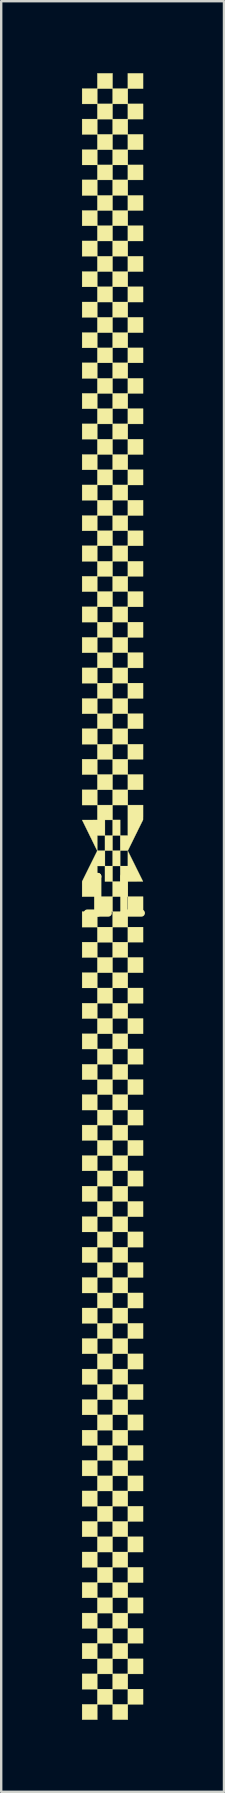
<source format=kicad_pcb>
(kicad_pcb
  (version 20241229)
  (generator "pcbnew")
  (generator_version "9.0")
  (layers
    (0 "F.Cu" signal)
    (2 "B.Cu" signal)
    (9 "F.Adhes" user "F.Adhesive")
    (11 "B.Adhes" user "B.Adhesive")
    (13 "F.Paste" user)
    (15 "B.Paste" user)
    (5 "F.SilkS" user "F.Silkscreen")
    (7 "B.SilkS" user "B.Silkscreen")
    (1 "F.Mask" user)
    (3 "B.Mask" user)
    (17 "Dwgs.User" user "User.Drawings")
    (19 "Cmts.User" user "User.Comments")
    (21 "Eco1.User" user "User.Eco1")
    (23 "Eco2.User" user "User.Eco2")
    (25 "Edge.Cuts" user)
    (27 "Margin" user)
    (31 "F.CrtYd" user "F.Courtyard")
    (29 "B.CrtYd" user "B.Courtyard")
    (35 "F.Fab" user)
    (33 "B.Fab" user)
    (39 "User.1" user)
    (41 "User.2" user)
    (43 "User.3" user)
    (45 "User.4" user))
  (footprint "1L"
    (layer "F.Cu")
    (at 1.64 34.295)
    (property "Reference" "1L" (at 0 0 0) (layer "F.SilkS") (effects (font (size 1.524 1.524) (thickness 0.3))))
    (attr through_hole)
    (fp_poly (pts (xy 0 -33.655) (xy 0.635 -33.655) (xy 0.635 -34.29) (xy 1.27 -34.29) (xy 1.27 -33.651) (xy 0.635 -33.651) (xy 0.635 -33.02) (xy 1.27 -33.02) (xy 1.27 -32.381) (xy 0.635 -32.381) (xy 0.635 -31.75) (xy 1.27 -31.75) (xy 1.27 -31.108) (xy 0.635 -31.108) (xy 0.635 -30.476) (xy 1.27 -30.476) (xy 1.27 -29.849) (xy 0.635 -29.849) (xy 0.635 -29.206) (xy 1.27 -29.206) (xy 1.27 -28.575) (xy 0.635 -28.575) (xy 0.635 -27.944) (xy 1.27 -27.944) (xy 1.27 -27.305) (xy 0.635 -27.305) (xy 0.635 -26.67) (xy 1.27 -26.67) (xy 1.27 -26.031) (xy 0.635 -26.031) (xy 0.635 -25.4) (xy 1.27 -25.4) (xy 1.27 -24.761) (xy 0.635 -24.761) (xy 0.635 -24.13) (xy 1.27 -24.13) (xy 1.27 -23.488) (xy 0.635 -23.488) (xy 0.635 -22.856) (xy 1.27 -22.856) (xy 1.27 -22.229) (xy 0.635 -22.229) (xy 0.635 -21.586) (xy 1.27 -21.586) (xy 1.27 -20.955) (xy 0.635 -20.955) (xy 0.635 -20.324) (xy 1.27 -20.324) (xy 1.27 -19.685) (xy 0.635 -19.685) (xy 0.635 -19.05) (xy 1.27 -19.05) (xy 1.27 -18.411) (xy 0.635 -18.411) (xy 0.635 -17.78) (xy 1.27 -17.78) (xy 1.27 -17.141) (xy 0.635 -17.141) (xy 0.635 -16.51) (xy 1.27 -16.51) (xy 1.27 -15.868) (xy 0.635 -15.868) (xy 0.635 -15.236) (xy 1.27 -15.236) (xy 1.27 -14.609) (xy 0.635 -14.609) (xy 0.635 -13.966) (xy 1.27 -13.966) (xy 1.27 -13.335) (xy 0.635 -13.335) (xy 0.635 -12.704) (xy 1.27 -12.704) (xy 1.27 -12.065) (xy 0.635 -12.065) (xy 0.635 -11.43) (xy 1.27 -11.43) (xy 1.27 -10.791) (xy 0.635 -10.791) (xy 0.635 -10.16) (xy 1.27 -10.16) (xy 1.27 -9.521) (xy 0.635 -9.521) (xy 0.635 -8.89) (xy 1.27 -8.89) (xy 1.27 -8.248) (xy 0.635 -8.248) (xy 0.635 -7.616) (xy 1.27 -7.616) (xy 1.27 -6.989) (xy 0.635 -6.989) (xy 0.635 -6.346) (xy 1.27 -6.346) (xy 1.27 -5.715) (xy 0.635 -5.715) (xy 0.635 -5.084) (xy 1.27 -5.084) (xy 1.27 -4.445) (xy 0.635 -4.445) (xy 0.635 -3.81) (xy 1.27 -3.81) (xy 1.27 -3.5) (xy 1.27 -3.453) (xy 1.27 -3.409) (xy 1.27 -3.368) (xy 1.27 -3.329) (xy 1.269 -3.295) (xy 1.269 -3.264) (xy 1.269 -3.238) (xy 1.268 -3.217) (xy 1.268 -3.201) (xy 1.268 -3.192) (xy 1.267 -3.189) (xy 1.265 -3.186) (xy 1.261 -3.177) (xy 1.253 -3.162) (xy 1.243 -3.142) (xy 1.23 -3.116) (xy 1.215 -3.086) (xy 1.198 -3.051) (xy 1.178 -3.012) (xy 1.157 -2.969) (xy 1.134 -2.922) (xy 1.109 -2.872) (xy 1.083 -2.819) (xy 1.055 -2.763) (xy 1.027 -2.705) (xy 0.997 -2.644) (xy 0.966 -2.582) (xy 0.951 -2.551) (xy 0.637 -1.912) (xy 0.477 -1.912) (xy 0.318 -1.912) (xy 0.318 -2.54) (xy 0 -2.54) (xy 0 -1.912) (xy -0.318 -1.912) (xy -0.318 -2.54) (xy -0.635 -2.54) (xy -0.635 -1.909) (xy -0.318 -1.909) (xy -0.318 -1.27) (xy 0 -1.27) (xy 0 -0.624) (xy 0.318 -0.624) (xy 0.318 -1.27) (xy 0 -1.27) (xy 0 -1.909) (xy 0.318 -1.909) (xy 0.318 -1.27) (xy 0.635 -1.27) (xy 0.636 -1.583) (xy 0.637 -1.896) (xy 0.951 -1.264) (xy 0.982 -1.201) (xy 1.012 -1.14) (xy 1.042 -1.08) (xy 1.07 -1.024) (xy 1.097 -0.969) (xy 1.122 -0.918) (xy 1.146 -0.87) (xy 1.168 -0.825) (xy 1.189 -0.784) (xy 1.207 -0.747) (xy 1.223 -0.715) (xy 1.237 -0.687) (xy 1.248 -0.664) (xy 1.257 -0.646) (xy 1.263 -0.634) (xy 1.266 -0.628) (xy 1.266 -0.628) (xy 1.263 -0.627) (xy 1.253 -0.627) (xy 1.236 -0.626) (xy 1.214 -0.626) (xy 1.187 -0.625) (xy 1.154 -0.625) (xy 1.117 -0.625) (xy 1.075 -0.625) (xy 1.03 -0.625) (xy 0.981 -0.624) (xy 0.951 -0.624) (xy 0.635 -0.624) (xy 0.635 0.004) (xy 1.27 0.004) (xy 1.27 0.631) (xy 0.635 0.631) (xy 0.635 1.274) (xy 1.27 1.274) (xy 1.27 1.905) (xy 0.635 1.905) (xy 0.635 2.536) (xy 1.27 2.536) (xy 1.27 3.175) (xy 0.635 3.175) (xy 0.635 3.81) (xy 1.27 3.81) (xy 1.27 4.449) (xy 0.635 4.449) (xy 0.635 5.08) (xy 1.27 5.08) (xy 1.27 5.719) (xy 0.635 5.719) (xy 0.635 6.35) (xy 1.27 6.35) (xy 1.27 6.992) (xy 0.635 6.992) (xy 0.635 7.624) (xy 1.27 7.624) (xy 1.27 8.251) (xy 0.635 8.251) (xy 0.635 8.894) (xy 1.27 8.894) (xy 1.27 9.525) (xy 0.635 9.525) (xy 0.635 10.156) (xy 1.27 10.156) (xy 1.27 10.795) (xy 0.635 10.795) (xy 0.635 11.43) (xy 1.27 11.43) (xy 1.27 12.069) (xy 0.635 12.069) (xy 0.635 12.7) (xy 1.27 12.7) (xy 1.27 13.339) (xy 0.635 13.339) (xy 0.635 13.97) (xy 1.27 13.97) (xy 1.27 14.612) (xy 0.635 14.612) (xy 0.635 15.244) (xy 1.27 15.244) (xy 1.27 15.871) (xy 0.635 15.871) (xy 0.635 16.514) (xy 1.27 16.514) (xy 1.27 17.145) (xy 0.635 17.145) (xy 0.635 17.776) (xy 1.27 17.776) (xy 1.27 18.415) (xy 0.635 18.415) (xy 0.635 19.05) (xy 1.27 19.05) (xy 1.27 19.689) (xy 0.635 19.689) (xy 0.635 20.32) (xy 1.27 20.32) (xy 1.27 20.959) (xy 0.635 20.959) (xy 0.635 21.59) (xy 1.27 21.59) (xy 1.27 22.232) (xy 0.635 22.232) (xy 0.635 22.864) (xy 1.27 22.864) (xy 1.27 23.491) (xy 0.635 23.491) (xy 0.635 24.134) (xy 1.27 24.134) (xy 1.27 24.765) (xy 0.635 24.765) (xy 0.635 25.396) (xy 1.27 25.396) (xy 1.27 26.035) (xy 0.635 26.035) (xy 0.635 26.67) (xy 1.27 26.67) (xy 1.27 27.309) (xy 0.635 27.309) (xy 0.635 27.94) (xy 1.27 27.94) (xy 1.27 28.579) (xy 0.635 28.579) (xy 0.635 29.21) (xy 1.27 29.21) (xy 1.27 29.852) (xy 0.635 29.852) (xy 0.635 30.484) (xy 1.27 30.484) (xy 1.27 31.111) (xy 0.635 31.111) (xy 0.635 31.754) (xy 1.27 31.754) (xy 1.27 32.385) (xy 0.635 32.385) (xy 0.635 33.016) (xy 1.27 33.016) (xy 1.27 33.655) (xy 0.635 33.655) (xy 0.635 34.29) (xy 0 34.29) (xy 0 33.655) (xy -0.635 33.655) (xy -0.635 34.29) (xy -1.27 34.29) (xy -1.27 33.651) (xy -0.635 33.651) (xy -0.635 33.02) (xy 0 33.02) (xy 0 33.651) (xy 0.635 33.651) (xy 0.635 33.02) (xy 0 33.02) (xy -0.635 33.02) (xy -1.27 33.02) (xy -1.27 32.385) (xy -0.635 32.385) (xy -0.635 33.016) (xy 0 33.016) (xy 0 32.385) (xy -0.635 32.385) (xy -1.27 32.385) (xy -1.27 32.381) (xy -0.635 32.381) (xy -0.635 31.757) (xy 0 31.757) (xy 0 32.381) (xy 0.635 32.381) (xy 0.635 31.757) (xy 0 31.757) (xy -0.635 31.757) (xy -1.27 31.757) (xy -1.27 31.111) (xy -0.635 31.111) (xy -0.635 31.754) (xy 0 31.754) (xy 0 31.111) (xy -0.635 31.111) (xy -1.27 31.111) (xy -1.27 31.108) (xy -0.635 31.108) (xy -0.635 30.487) (xy 0 30.487) (xy 0 31.108) (xy 0.635 31.108) (xy 0.635 30.487) (xy 0 30.487) (xy -0.635 30.487) (xy -1.27 30.487) (xy -1.27 29.852) (xy -0.635 29.852) (xy -0.635 30.484) (xy 0 30.484) (xy 0 29.852) (xy -0.635 29.852) (xy -1.27 29.852) (xy -1.27 29.849) (xy -0.635 29.849) (xy -0.635 29.214) (xy 0 29.214) (xy 0 29.849) (xy 0.635 29.849) (xy 0.635 29.214) (xy 0 29.214) (xy -0.635 29.214) (xy -1.27 29.214) (xy -1.27 28.579) (xy -0.635 28.579) (xy -0.635 29.21) (xy 0 29.21) (xy 0 28.579) (xy -0.635 28.579) (xy -1.27 28.579) (xy -1.27 28.575) (xy -0.635 28.575) (xy -0.635 27.944) (xy 0 27.944) (xy 0 28.575) (xy 0.635 28.575) (xy 0.635 27.944) (xy 0 27.944) (xy -0.635 27.944) (xy -1.27 27.944) (xy -1.27 27.309) (xy -0.635 27.309) (xy -0.635 27.94) (xy 0 27.94) (xy 0 27.309) (xy -0.635 27.309) (xy -1.27 27.309) (xy -1.27 27.305) (xy -0.635 27.305) (xy 0 27.305) (xy 0.635 27.305) (xy 0.635 26.67) (xy 0 26.67) (xy 0 27.305) (xy -0.635 27.305) (xy -0.635 26.67) (xy -1.27 26.67) (xy -1.27 26.035) (xy -0.635 26.035) (xy -0.635 26.67) (xy 0 26.67) (xy 0 26.035) (xy -0.635 26.035) (xy -1.27 26.035) (xy -1.27 26.031) (xy -0.635 26.031) (xy -0.635 25.4) (xy 0 25.4) (xy 0 26.031) (xy 0.635 26.031) (xy 0.635 25.4) (xy 0 25.4) (xy -0.635 25.4) (xy -1.27 25.4) (xy -1.27 24.765) (xy -0.635 24.765) (xy -0.635 25.396) (xy 0 25.396) (xy 0 24.765) (xy -0.635 24.765) (xy -1.27 24.765) (xy -1.27 24.761) (xy -0.635 24.761) (xy -0.635 24.137) (xy 0 24.137) (xy 0 24.761) (xy 0.635 24.761) (xy 0.635 24.137) (xy 0 24.137) (xy -0.635 24.137) (xy -1.27 24.137) (xy -1.27 23.491) (xy -0.635 23.491) (xy -0.635 24.134) (xy 0 24.134) (xy 0 23.491) (xy -0.635 23.491) (xy -1.27 23.491) (xy -1.27 23.488) (xy -0.635 23.488) (xy -0.635 22.867) (xy 0 22.867) (xy 0 23.488) (xy 0.635 23.488) (xy 0.635 22.867) (xy 0 22.867) (xy -0.635 22.867) (xy -1.27 22.867) (xy -1.27 22.232) (xy -0.635 22.232) (xy -0.635 22.864) (xy 0 22.864) (xy 0 22.232) (xy -0.635 22.232) (xy -1.27 22.232) (xy -1.27 22.229) (xy -0.635 22.229) (xy -0.635 21.594) (xy 0 21.594) (xy 0 22.229) (xy 0.635 22.229) (xy 0.635 21.594) (xy 0 21.594) (xy -0.635 21.594) (xy -1.27 21.594) (xy -1.27 20.959) (xy -0.635 20.959) (xy -0.635 21.59) (xy 0 21.59) (xy 0 20.959) (xy -0.635 20.959) (xy -1.27 20.959) (xy -1.27 20.955) (xy -0.635 20.955) (xy -0.635 20.324) (xy 0 20.324) (xy 0 20.955) (xy 0.635 20.955) (xy 0.635 20.324) (xy 0 20.324) (xy -0.635 20.324) (xy -1.27 20.324) (xy -1.27 19.689) (xy -0.635 19.689) (xy -0.635 20.32) (xy 0 20.32) (xy 0 19.689) (xy -0.635 19.689) (xy -1.27 19.689) (xy -1.27 19.685) (xy -0.635 19.685) (xy 0 19.685) (xy 0.635 19.685) (xy 0.635 19.05) (xy 0 19.05) (xy 0 19.685) (xy -0.635 19.685) (xy -0.635 19.05) (xy -1.27 19.05) (xy -1.27 18.415) (xy -0.635 18.415) (xy -0.635 19.05) (xy 0 19.05) (xy 0 18.415) (xy -0.635 18.415) (xy -1.27 18.415) (xy -1.27 18.411) (xy -0.635 18.411) (xy -0.635 17.78) (xy 0 17.78) (xy 0 18.411) (xy 0.635 18.411) (xy 0.635 17.78) (xy 0 17.78) (xy -0.635 17.78) (xy -1.27 17.78) (xy -1.27 17.145) (xy -0.635 17.145) (xy -0.635 17.776) (xy 0 17.776) (xy 0 17.145) (xy -0.635 17.145) (xy -1.27 17.145) (xy -1.27 17.141) (xy -0.635 17.141) (xy -0.635 16.517) (xy 0 16.517) (xy 0 17.141) (xy 0.635 17.141) (xy 0.635 16.517) (xy 0 16.517) (xy -0.635 16.517) (xy -1.27 16.517) (xy -1.27 15.871) (xy -0.635 15.871) (xy -0.635 16.514) (xy 0 16.514) (xy 0 15.871) (xy -0.635 15.871) (xy -1.27 15.871) (xy -1.27 15.868) (xy -0.635 15.868) (xy -0.635 15.247) (xy 0 15.247) (xy 0 15.868) (xy 0.635 15.868) (xy 0.635 15.247) (xy 0 15.247) (xy -0.635 15.247) (xy -1.27 15.247) (xy -1.27 14.612) (xy -0.635 14.612) (xy -0.635 15.244) (xy 0 15.244) (xy 0 14.612) (xy -0.635 14.612) (xy -1.27 14.612) (xy -1.27 14.609) (xy -0.635 14.609) (xy -0.635 13.974) (xy 0 13.974) (xy 0 14.609) (xy 0.635 14.609) (xy 0.635 13.974) (xy 0 13.974) (xy -0.635 13.974) (xy -1.27 13.974) (xy -1.27 13.339) (xy -0.635 13.339) (xy -0.635 13.97) (xy 0 13.97) (xy 0 13.339) (xy -0.635 13.339) (xy -1.27 13.339) (xy -1.27 13.335) (xy -0.635 13.335) (xy -0.635 12.704) (xy 0 12.704) (xy 0 13.335) (xy 0.635 13.335) (xy 0.635 12.704) (xy 0 12.704) (xy -0.635 12.704) (xy -1.27 12.704) (xy -1.27 12.069) (xy -0.635 12.069) (xy -0.635 12.7) (xy 0 12.7) (xy 0 12.069) (xy -0.635 12.069) (xy -1.27 12.069) (xy -1.27 12.065) (xy -0.635 12.065) (xy 0 12.065) (xy 0.635 12.065) (xy 0.635 11.43) (xy 0 11.43) (xy 0 12.065) (xy -0.635 12.065) (xy -0.635 11.43) (xy -1.27 11.43) (xy -1.27 10.795) (xy -0.635 10.795) (xy -0.635 11.43) (xy 0 11.43) (xy 0 10.795) (xy -0.635 10.795) (xy -1.27 10.795) (xy -1.27 10.791) (xy -0.635 10.791) (xy -0.635 10.16) (xy 0 10.16) (xy 0 10.791) (xy 0.635 10.791) (xy 0.635 10.16) (xy 0 10.16) (xy -0.635 10.16) (xy -1.27 10.16) (xy -1.27 9.525) (xy -0.635 9.525) (xy -0.635 10.156) (xy 0 10.156) (xy 0 9.525) (xy -0.635 9.525) (xy -1.27 9.525) (xy -1.27 9.521) (xy -0.635 9.521) (xy -0.635 8.897) (xy 0 8.897) (xy 0 9.521) (xy 0.635 9.521) (xy 0.635 8.897) (xy 0 8.897) (xy -0.635 8.897) (xy -1.27 8.897) (xy -1.27 8.251) (xy -0.635 8.251) (xy -0.635 8.894) (xy 0 8.894) (xy 0 8.251) (xy -0.635 8.251) (xy -1.27 8.251) (xy -1.27 8.248) (xy -0.635 8.248) (xy -0.635 7.627) (xy 0 7.627) (xy 0 8.248) (xy 0.635 8.248) (xy 0.635 7.627) (xy 0 7.627) (xy -0.635 7.627) (xy -1.27 7.627) (xy -1.27 6.992) (xy -0.635 6.992) (xy -0.635 7.624) (xy 0 7.624) (xy 0 6.992) (xy -0.635 6.992) (xy -1.27 6.992) (xy -1.27 6.989) (xy -0.635 6.989) (xy -0.635 6.354) (xy 0 6.354) (xy 0 6.989) (xy 0.635 6.989) (xy 0.635 6.354) (xy 0 6.354) (xy -0.635 6.354) (xy -1.27 6.354) (xy -1.27 5.719) (xy -0.635 5.719) (xy -0.635 6.35) (xy 0 6.35) (xy 0 5.719) (xy -0.635 5.719) (xy -1.27 5.719) (xy -1.27 5.715) (xy -0.635 5.715) (xy -0.635 5.084) (xy 0 5.084) (xy 0 5.715) (xy 0.635 5.715) (xy 0.635 5.084) (xy 0 5.084) (xy -0.635 5.084) (xy -1.27 5.084) (xy -1.27 4.449) (xy -0.635 4.449) (xy -0.635 5.08) (xy 0 5.08) (xy 0 4.449) (xy -0.635 4.449) (xy -1.27 4.449) (xy -1.27 4.445) (xy -0.635 4.445) (xy 0 4.445) (xy 0.635 4.445) (xy 0.635 3.81) (xy 0 3.81) (xy 0 4.445) (xy -0.635 4.445) (xy -0.635 3.81) (xy -1.27 3.81) (xy -1.27 3.175) (xy -0.635 3.175) (xy -0.635 3.81) (xy 0 3.81) (xy 0 3.175) (xy -0.635 3.175) (xy -1.27 3.175) (xy -1.27 3.171) (xy -0.635 3.171) (xy -0.635 2.54) (xy 0 2.54) (xy 0 3.171) (xy 0.635 3.171) (xy 0.635 2.54) (xy 0 2.54) (xy -0.635 2.54) (xy -1.27 2.54) (xy -1.27 1.905) (xy -0.635 1.905) (xy -0.635 2.536) (xy 0 2.536) (xy 0 1.905) (xy -0.635 1.905) (xy -1.27 1.905) (xy -1.27 1.901) (xy -0.635 1.901) (xy -0.635 1.277) (xy 0 1.277) (xy 0 1.901) (xy 0.635 1.901) (xy 0.635 1.277) (xy 0 1.277) (xy -0.635 1.277) (xy -1.27 1.277) (xy -1.27 0.631) (xy -0.635 0.631) (xy -0.635 1.274) (xy 0 1.274) (xy 0 0.631) (xy -0.635 0.631) (xy -1.27 0.631) (xy -1.27 0.628) (xy -0.635 0.628) (xy -0.635 0.007) (xy 0 0.007) (xy 0 0.628) (xy 0.635 0.628) (xy 0.635 0.007) (xy 0 0.007) (xy -0.635 0.007) (xy -1.27 0.007) (xy -1.27 -0.627) (xy -0.955 -1.265) (xy -0.952 -1.27) (xy -0.635 -1.27) (xy -0.635 0.004) (xy 0 0.004) (xy 0 -0.624) (xy -0.318 -0.624) (xy -0.318 -1.27) (xy -0.635 -1.27) (xy -0.952 -1.27) (xy -0.639 -1.902) (xy -0.679 -1.984) (xy -0.685 -1.996) (xy -0.694 -2.014) (xy -0.706 -2.037) (xy -0.72 -2.066) (xy -0.736 -2.099) (xy -0.755 -2.137) (xy -0.775 -2.179) (xy -0.798 -2.225) (xy -0.822 -2.274) (xy -0.847 -2.325) (xy -0.873 -2.38) (xy -0.901 -2.436) (xy -0.93 -2.494) (xy -0.959 -2.553) (xy -0.988 -2.614) (xy -0.994 -2.626) (xy -1.269 -3.187) (xy -0.952 -3.188) (xy -0.648 -3.189) (xy -0.318 -3.189) (xy -0.318 -2.54) (xy 0 -2.54) (xy 0 -3.189) (xy -0.318 -3.189) (xy -0.648 -3.189) (xy -0.635 -3.189) (xy -0.635 -3.5) (xy -0.635 -3.81) (xy -1.27 -3.81) (xy -1.27 -4.445) (xy -0.635 -4.445) (xy -0.635 -3.81) (xy 0 -3.81) (xy 0 -3.189) (xy 0.318 -3.189) (xy 0.318 -2.54) (xy 0.635 -2.54) (xy 0.635 -3.81) (xy 0 -3.81) (xy 0 -4.445) (xy -0.635 -4.445) (xy -1.27 -4.445) (xy -1.27 -4.449) (xy -0.635 -4.449) (xy -0.635 -5.08) (xy 0 -5.08) (xy 0 -4.449) (xy 0.635 -4.449) (xy 0.635 -5.08) (xy 0 -5.08) (xy -0.635 -5.08) (xy -1.27 -5.08) (xy -1.27 -5.715) (xy -0.635 -5.715) (xy -0.635 -5.084) (xy 0 -5.084) (xy 0 -5.715) (xy -0.635 -5.715) (xy -1.27 -5.715) (xy -1.27 -5.719) (xy -0.635 -5.719) (xy -0.635 -6.343) (xy 0 -6.343) (xy 0 -5.719) (xy 0.635 -5.719) (xy 0.635 -6.343) (xy 0 -6.343) (xy -0.635 -6.343) (xy -1.27 -6.343) (xy -1.27 -6.989) (xy -0.635 -6.989) (xy -0.635 -6.346) (xy 0 -6.346) (xy 0 -6.989) (xy -0.635 -6.989) (xy -1.27 -6.989) (xy -1.27 -6.992) (xy -0.635 -6.992) (xy -0.635 -7.613) (xy 0 -7.613) (xy 0 -6.992) (xy 0.635 -6.992) (xy 0.635 -7.613) (xy 0 -7.613) (xy -0.635 -7.613) (xy -1.27 -7.613) (xy -1.27 -8.248) (xy -0.635 -8.248) (xy -0.635 -7.616) (xy 0 -7.616) (xy 0 -8.248) (xy -0.635 -8.248) (xy -1.27 -8.248) (xy -1.27 -8.251) (xy -0.635 -8.251) (xy -0.635 -8.886) (xy 0 -8.886) (xy 0 -8.251) (xy 0.635 -8.251) (xy 0.635 -8.886) (xy 0 -8.886) (xy -0.635 -8.886) (xy -1.27 -8.886) (xy -1.27 -9.521) (xy -0.635 -9.521) (xy -0.635 -8.89) (xy 0 -8.89) (xy 0 -9.521) (xy -0.635 -9.521) (xy -1.27 -9.521) (xy -1.27 -9.525) (xy -0.635 -9.525) (xy -0.635 -10.156) (xy 0 -10.156) (xy 0 -9.525) (xy 0.635 -9.525) (xy 0.635 -10.156) (xy 0 -10.156) (xy -0.635 -10.156) (xy -1.27 -10.156) (xy -1.27 -10.791) (xy -0.635 -10.791) (xy -0.635 -10.16) (xy 0 -10.16) (xy 0 -10.791) (xy -0.635 -10.791) (xy -1.27 -10.791) (xy -1.27 -10.795) (xy -0.635 -10.795) (xy 0 -10.795) (xy 0.635 -10.795) (xy 0.635 -11.43) (xy 0 -11.43) (xy 0 -10.795) (xy -0.635 -10.795) (xy -0.635 -11.43) (xy -1.27 -11.43) (xy -1.27 -12.065) (xy -0.635 -12.065) (xy -0.635 -11.43) (xy 0 -11.43) (xy 0 -12.065) (xy -0.635 -12.065) (xy -1.27 -12.065) (xy -1.27 -12.069) (xy -0.635 -12.069) (xy -0.635 -12.7) (xy 0 -12.7) (xy 0 -12.069) (xy 0.635 -12.069) (xy 0.635 -12.7) (xy 0 -12.7) (xy -0.635 -12.7) (xy -1.27 -12.7) (xy -1.27 -13.335) (xy -0.635 -13.335) (xy -0.635 -12.704) (xy 0 -12.704) (xy 0 -13.335) (xy -0.635 -13.335) (xy -1.27 -13.335) (xy -1.27 -13.339) (xy -0.635 -13.339) (xy -0.635 -13.963) (xy 0 -13.963) (xy 0 -13.339) (xy 0.635 -13.339) (xy 0.635 -13.963) (xy 0 -13.963) (xy -0.635 -13.963) (xy -1.27 -13.963) (xy -1.27 -14.609) (xy -0.635 -14.609) (xy -0.635 -13.966) (xy 0 -13.966) (xy 0 -14.609) (xy -0.635 -14.609) (xy -1.27 -14.609) (xy -1.27 -14.612) (xy -0.635 -14.612) (xy -0.635 -15.233) (xy 0 -15.233) (xy 0 -14.612) (xy 0.635 -14.612) (xy 0.635 -15.233) (xy 0 -15.233) (xy -0.635 -15.233) (xy -1.27 -15.233) (xy -1.27 -15.868) (xy -0.635 -15.868) (xy -0.635 -15.236) (xy 0 -15.236) (xy 0 -15.868) (xy -0.635 -15.868) (xy -1.27 -15.868) (xy -1.27 -15.871) (xy -0.635 -15.871) (xy -0.635 -16.506) (xy 0 -16.506) (xy 0 -15.871) (xy 0.635 -15.871) (xy 0.635 -16.506) (xy 0 -16.506) (xy -0.635 -16.506) (xy -1.27 -16.506) (xy -1.27 -17.141) (xy -0.635 -17.141) (xy -0.635 -16.51) (xy 0 -16.51) (xy 0 -17.141) (xy -0.635 -17.141) (xy -1.27 -17.141) (xy -1.27 -17.145) (xy -0.635 -17.145) (xy -0.635 -17.776) (xy 0 -17.776) (xy 0 -17.145) (xy 0.635 -17.145) (xy 0.635 -17.776) (xy 0 -17.776) (xy -0.635 -17.776) (xy -1.27 -17.776) (xy -1.27 -18.411) (xy -0.635 -18.411) (xy -0.635 -17.78) (xy 0 -17.78) (xy 0 -18.411) (xy -0.635 -18.411) (xy -1.27 -18.411) (xy -1.27 -18.415) (xy -0.635 -18.415) (xy 0 -18.415) (xy 0.635 -18.415) (xy 0.635 -19.05) (xy 0 -19.05) (xy 0 -18.415) (xy -0.635 -18.415) (xy -0.635 -19.05) (xy -1.27 -19.05) (xy -1.27 -19.685) (xy -0.635 -19.685) (xy -0.635 -19.05) (xy 0 -19.05) (xy 0 -19.685) (xy -0.635 -19.685) (xy -1.27 -19.685) (xy -1.27 -19.689) (xy -0.635 -19.689) (xy -0.635 -20.32) (xy 0 -20.32) (xy 0 -19.689) (xy 0.635 -19.689) (xy 0.635 -20.32) (xy 0 -20.32) (xy -0.635 -20.32) (xy -1.27 -20.32) (xy -1.27 -20.955) (xy -0.635 -20.955) (xy -0.635 -20.324) (xy 0 -20.324) (xy 0 -20.955) (xy -0.635 -20.955) (xy -1.27 -20.955) (xy -1.27 -20.959) (xy -0.635 -20.959) (xy -0.635 -21.583) (xy 0 -21.583) (xy 0 -20.959) (xy 0.635 -20.959) (xy 0.635 -21.583) (xy 0 -21.583) (xy -0.635 -21.583) (xy -1.27 -21.583) (xy -1.27 -22.229) (xy -0.635 -22.229) (xy -0.635 -21.586) (xy 0 -21.586) (xy 0 -22.229) (xy -0.635 -22.229) (xy -1.27 -22.229) (xy -1.27 -22.232) (xy -0.635 -22.232) (xy -0.635 -22.853) (xy 0 -22.853) (xy 0 -22.232) (xy 0.635 -22.232) (xy 0.635 -22.853) (xy 0 -22.853) (xy -0.635 -22.853) (xy -1.27 -22.853) (xy -1.27 -23.488) (xy -0.635 -23.488) (xy -0.635 -22.856) (xy 0 -22.856) (xy 0 -23.488) (xy -0.635 -23.488) (xy -1.27 -23.488) (xy -1.27 -23.491) (xy -0.635 -23.491) (xy -0.635 -24.126) (xy 0 -24.126) (xy 0 -23.491) (xy 0.635 -23.491) (xy 0.635 -24.126) (xy 0 -24.126) (xy -0.635 -24.126) (xy -1.27 -24.126) (xy -1.27 -24.761) (xy -0.635 -24.761) (xy -0.635 -24.13) (xy 0 -24.13) (xy 0 -24.761) (xy -0.635 -24.761) (xy -1.27 -24.761) (xy -1.27 -24.765) (xy -0.635 -24.765) (xy -0.635 -25.396) (xy 0 -25.396) (xy 0 -24.765) (xy 0.635 -24.765) (xy 0.635 -25.396) (xy 0 -25.396) (xy -0.635 -25.396) (xy -1.27 -25.396) (xy -1.27 -26.031) (xy -0.635 -26.031) (xy -0.635 -25.4) (xy 0 -25.4) (xy 0 -26.031) (xy -0.635 -26.031) (xy -1.27 -26.031) (xy -1.27 -26.035) (xy -0.635 -26.035) (xy 0 -26.035) (xy 0.635 -26.035) (xy 0.635 -26.67) (xy 0 -26.67) (xy 0 -26.035) (xy -0.635 -26.035) (xy -0.635 -26.67) (xy -1.27 -26.67) (xy -1.27 -27.305) (xy -0.635 -27.305) (xy -0.635 -26.67) (xy 0 -26.67) (xy 0 -27.305) (xy -0.635 -27.305) (xy -1.27 -27.305) (xy -1.27 -27.309) (xy -0.635 -27.309) (xy -0.635 -27.94) (xy 0 -27.94) (xy 0 -27.309) (xy 0.635 -27.309) (xy 0.635 -27.94) (xy 0 -27.94) (xy -0.635 -27.94) (xy -1.27 -27.94) (xy -1.27 -28.575) (xy -0.635 -28.575) (xy -0.635 -27.944) (xy 0 -27.944) (xy 0 -28.575) (xy -0.635 -28.575) (xy -1.27 -28.575) (xy -1.27 -28.579) (xy -0.635 -28.579) (xy -0.635 -29.203) (xy 0 -29.203) (xy 0 -28.579) (xy 0.635 -28.579) (xy 0.635 -29.203) (xy 0 -29.203) (xy -0.635 -29.203) (xy -1.27 -29.203) (xy -1.27 -29.849) (xy -0.635 -29.849) (xy -0.635 -29.206) (xy 0 -29.206) (xy 0 -29.849) (xy -0.635 -29.849) (xy -1.27 -29.849) (xy -1.27 -29.852) (xy -0.635 -29.852) (xy -0.635 -30.473) (xy 0 -30.473) (xy 0 -29.852) (xy 0.635 -29.852) (xy 0.635 -30.473) (xy 0 -30.473) (xy -0.635 -30.473) (xy -1.27 -30.473) (xy -1.27 -31.108) (xy -0.635 -31.108) (xy -0.635 -30.476) (xy 0 -30.476) (xy 0 -31.108) (xy -0.635 -31.108) (xy -1.27 -31.108) (xy -1.27 -31.111) (xy -0.635 -31.111) (xy -0.635 -31.746) (xy 0 -31.746) (xy 0 -31.111) (xy 0.635 -31.111) (xy 0.635 -31.746) (xy 0 -31.746) (xy -0.635 -31.746) (xy -1.27 -31.746) (xy -1.27 -32.381) (xy -0.635 -32.381) (xy -0.635 -31.75) (xy 0 -31.75) (xy 0 -32.381) (xy -0.635 -32.381) (xy -1.27 -32.381) (xy -1.27 -32.385) (xy -0.635 -32.385) (xy -0.635 -33.016) (xy 0 -33.016) (xy 0 -32.385) (xy 0.635 -32.385) (xy 0.635 -33.016) (xy 0 -33.016) (xy -0.635 -33.016) (xy -1.27 -33.016) (xy -1.27 -33.651) (xy -0.635 -33.651) (xy -0.635 -33.02) (xy 0 -33.02) (xy 0 -33.651) (xy -0.635 -33.651) (xy -1.27 -33.651) (xy -1.27 -33.655) (xy -0.635 -33.655) (xy -0.635 -34.29) (xy 0 -34.29) (xy 0 -33.655)) (stroke (width 0.01) (type solid)) (fill yes) (layer "F.SilkS")))
  (gr_rect
    (start -3 -3)
    (end 6.28 71.59)
    (stroke (width 0.1) (type default))
    (fill no)
    (layer "Edge.Cuts")))
</source>
